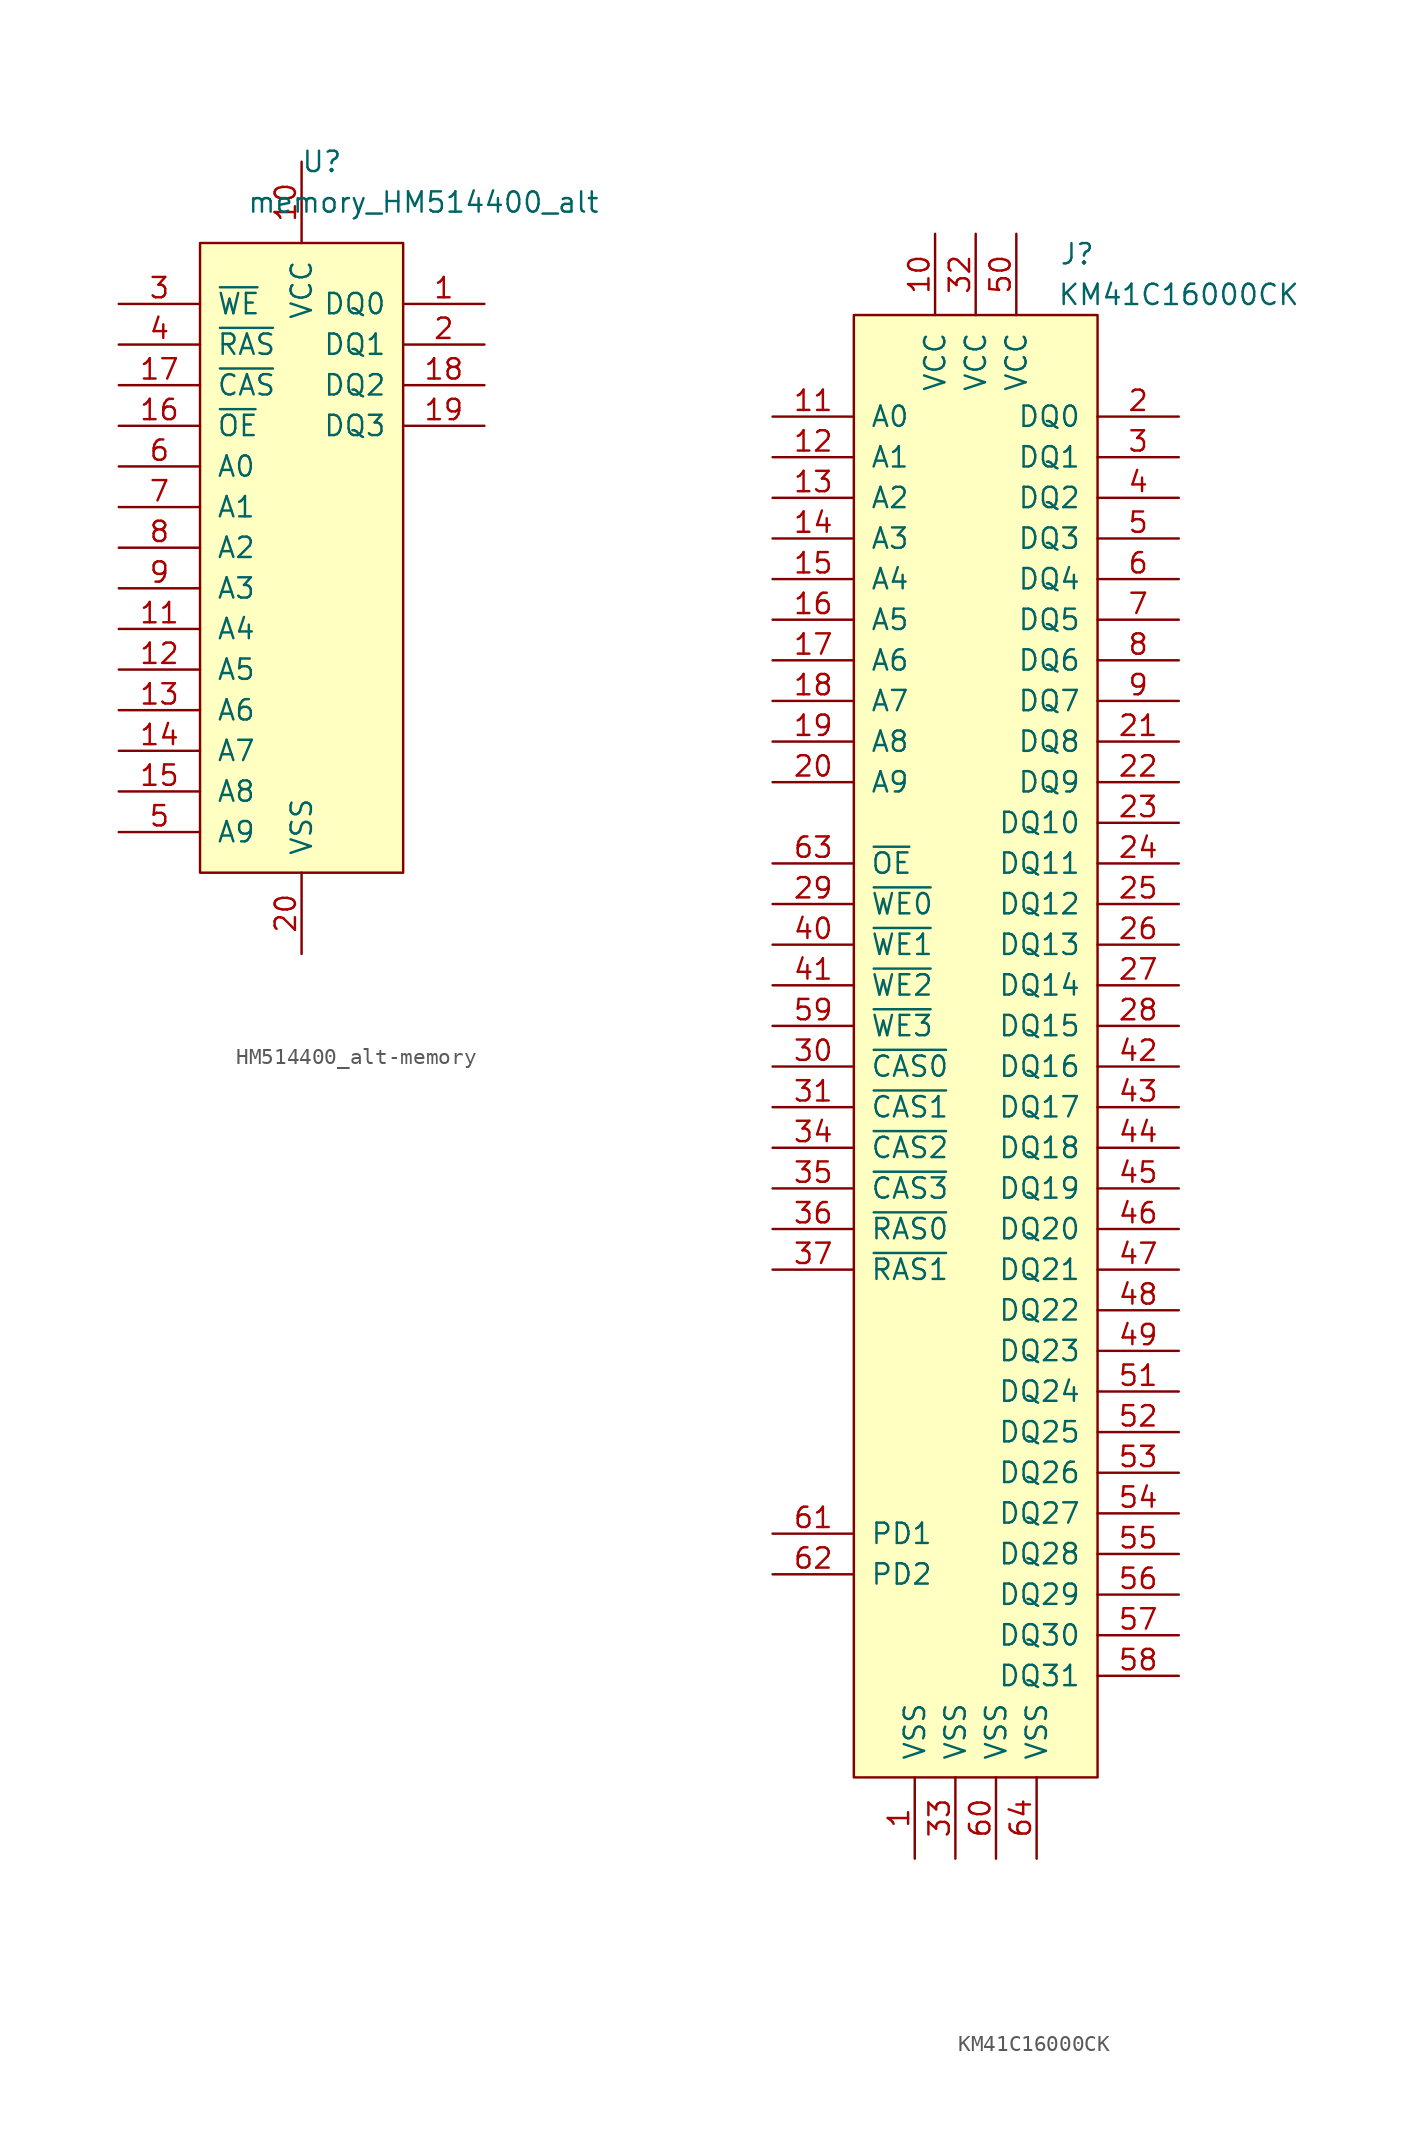
<source format=kicad_sym>
(kicad_symbol_lib
  (version 20220914)
  (generator kicad_symbol_editor)
  (symbol "HM514400_alt-memory"
    (pin_names
      (offset 1.016))
    (property "Reference" "U"
      (at 1.27 5.08 0)
      (effects (font (size 1.27 1.27))))
    (property "Value" "memory_HM514400_alt"
      (at 7.62 2.54 0)
      (effects (font (size 1.27 1.27))))
    (symbol "HM514400_alt-memory_0_1"
      (rectangle (start -6.35 0) (end 6.35 -39.37) (stroke (width 0) (type solid)) (fill (type background))))
    (symbol "HM514400_alt-memory_1_1"
      (pin bidirectional line (at 11.43 -3.81 180) (length 5.08) (name "DQ0" (effects (font (size 1.27 1.27)))) (number "1" (effects (font (size 1.27 1.27)))))
      (pin power_in line (at 0 5.08 270) (length 5.08) (name "VCC" (effects (font (size 1.27 1.27)))) (number "10" (effects (font (size 1.27 1.27)))))
      (pin input line (at -11.43 -24.13 0) (length 5.08) (name "A4" (effects (font (size 1.27 1.27)))) (number "11" (effects (font (size 1.27 1.27)))))
      (pin input line (at -11.43 -26.67 0) (length 5.08) (name "A5" (effects (font (size 1.27 1.27)))) (number "12" (effects (font (size 1.27 1.27)))))
      (pin input line (at -11.43 -29.21 0) (length 5.08) (name "A6" (effects (font (size 1.27 1.27)))) (number "13" (effects (font (size 1.27 1.27)))))
      (pin input line (at -11.43 -31.75 0) (length 5.08) (name "A7" (effects (font (size 1.27 1.27)))) (number "14" (effects (font (size 1.27 1.27)))))
      (pin input line (at -11.43 -34.29 0) (length 5.08) (name "A8" (effects (font (size 1.27 1.27)))) (number "15" (effects (font (size 1.27 1.27)))))
      (pin input line (at -11.43 -11.43 0) (length 5.08) (name "~{OE}" (effects (font (size 1.27 1.27)))) (number "16" (effects (font (size 1.27 1.27)))))
      (pin input line (at -11.43 -8.89 0) (length 5.08) (name "~{CAS}" (effects (font (size 1.27 1.27)))) (number "17" (effects (font (size 1.27 1.27)))))
      (pin bidirectional line (at 11.43 -8.89 180) (length 5.08) (name "DQ2" (effects (font (size 1.27 1.27)))) (number "18" (effects (font (size 1.27 1.27)))))
      (pin bidirectional line (at 11.43 -11.43 180) (length 5.08) (name "DQ3" (effects (font (size 1.27 1.27)))) (number "19" (effects (font (size 1.27 1.27)))))
      (pin bidirectional line (at 11.43 -6.35 180) (length 5.08) (name "DQ1" (effects (font (size 1.27 1.27)))) (number "2" (effects (font (size 1.27 1.27)))))
      (pin power_in line (at 0 -44.45 90) (length 5.08) (name "VSS" (effects (font (size 1.27 1.27)))) (number "20" (effects (font (size 1.27 1.27)))))
      (pin input line (at -11.43 -3.81 0) (length 5.08) (name "~{WE}" (effects (font (size 1.27 1.27)))) (number "3" (effects (font (size 1.27 1.27)))))
      (pin input line (at -11.43 -6.35 0) (length 5.08) (name "~{RAS}" (effects (font (size 1.27 1.27)))) (number "4" (effects (font (size 1.27 1.27)))))
      (pin input line (at -11.43 -36.83 0) (length 5.08) (name "A9" (effects (font (size 1.27 1.27)))) (number "5" (effects (font (size 1.27 1.27)))))
      (pin input line (at -11.43 -13.97 0) (length 5.08) (name "A0" (effects (font (size 1.27 1.27)))) (number "6" (effects (font (size 1.27 1.27)))))
      (pin input line (at -11.43 -16.51 0) (length 5.08) (name "A1" (effects (font (size 1.27 1.27)))) (number "7" (effects (font (size 1.27 1.27)))))
      (pin input line (at -11.43 -19.05 0) (length 5.08) (name "A2" (effects (font (size 1.27 1.27)))) (number "8" (effects (font (size 1.27 1.27)))))
      (pin input line (at -11.43 -21.59 0) (length 5.08) (name "A3" (effects (font (size 1.27 1.27)))) (number "9" (effects (font (size 1.27 1.27)))))))
  (symbol "KM41C16000CK"
    (pin_names
      (offset 1.016))
    (property "Reference" "J"
      (at 6.35 3.81 0)
      (effects (font (size 1.27 1.27))))
    (property "Value" "KM41C16000CK"
      (at 12.7 1.27 0)
      (effects (font (size 1.27 1.27))))
    (symbol "KM41C16000CK_0_1"
      (rectangle (start 7.62 -91.44) (end -7.62 0) (stroke (width 0) (type solid)) (fill (type background))))
    (symbol "KM41C16000CK_1_1"
      (pin power_out line (at -3.81 -96.52 90) (length 5.08) (name "VSS" (effects (font (size 1.27 1.27)))) (number "1" (effects (font (size 1.27 1.27)))))
      (pin power_out line (at -2.54 5.08 270) (length 5.08) (name "VCC" (effects (font (size 1.27 1.27)))) (number "10" (effects (font (size 1.27 1.27)))))
      (pin output line (at -12.7 -6.35 0) (length 5.08) (name "A0" (effects (font (size 1.27 1.27)))) (number "11" (effects (font (size 1.27 1.27)))))
      (pin output line (at -12.7 -8.89 0) (length 5.08) (name "A1" (effects (font (size 1.27 1.27)))) (number "12" (effects (font (size 1.27 1.27)))))
      (pin output line (at -12.7 -11.43 0) (length 5.08) (name "A2" (effects (font (size 1.27 1.27)))) (number "13" (effects (font (size 1.27 1.27)))))
      (pin output line (at -12.7 -13.97 0) (length 5.08) (name "A3" (effects (font (size 1.27 1.27)))) (number "14" (effects (font (size 1.27 1.27)))))
      (pin output line (at -12.7 -16.51 0) (length 5.08) (name "A4" (effects (font (size 1.27 1.27)))) (number "15" (effects (font (size 1.27 1.27)))))
      (pin output line (at -12.7 -19.05 0) (length 5.08) (name "A5" (effects (font (size 1.27 1.27)))) (number "16" (effects (font (size 1.27 1.27)))))
      (pin output line (at -12.7 -21.59 0) (length 5.08) (name "A6" (effects (font (size 1.27 1.27)))) (number "17" (effects (font (size 1.27 1.27)))))
      (pin output line (at -12.7 -24.13 0) (length 5.08) (name "A7" (effects (font (size 1.27 1.27)))) (number "18" (effects (font (size 1.27 1.27)))))
      (pin output line (at -12.7 -26.67 0) (length 5.08) (name "A8" (effects (font (size 1.27 1.27)))) (number "19" (effects (font (size 1.27 1.27)))))
      (pin bidirectional line (at 12.7 -6.35 180) (length 5.08) (name "DQ0" (effects (font (size 1.27 1.27)))) (number "2" (effects (font (size 1.27 1.27)))))
      (pin output line (at -12.7 -29.21 0) (length 5.08) (name "A9" (effects (font (size 1.27 1.27)))) (number "20" (effects (font (size 1.27 1.27)))))
      (pin bidirectional line (at 12.7 -26.67 180) (length 5.08) (name "DQ8" (effects (font (size 1.27 1.27)))) (number "21" (effects (font (size 1.27 1.27)))))
      (pin bidirectional line (at 12.7 -29.21 180) (length 5.08) (name "DQ9" (effects (font (size 1.27 1.27)))) (number "22" (effects (font (size 1.27 1.27)))))
      (pin bidirectional line (at 12.7 -31.75 180) (length 5.08) (name "DQ10" (effects (font (size 1.27 1.27)))) (number "23" (effects (font (size 1.27 1.27)))))
      (pin bidirectional line (at 12.7 -34.29 180) (length 5.08) (name "DQ11" (effects (font (size 1.27 1.27)))) (number "24" (effects (font (size 1.27 1.27)))))
      (pin bidirectional line (at 12.7 -36.83 180) (length 5.08) (name "DQ12" (effects (font (size 1.27 1.27)))) (number "25" (effects (font (size 1.27 1.27)))))
      (pin bidirectional line (at 12.7 -39.37 180) (length 5.08) (name "DQ13" (effects (font (size 1.27 1.27)))) (number "26" (effects (font (size 1.27 1.27)))))
      (pin bidirectional line (at 12.7 -41.91 180) (length 5.08) (name "DQ14" (effects (font (size 1.27 1.27)))) (number "27" (effects (font (size 1.27 1.27)))))
      (pin bidirectional line (at 12.7 -44.45 180) (length 5.08) (name "DQ15" (effects (font (size 1.27 1.27)))) (number "28" (effects (font (size 1.27 1.27)))))
      (pin output line (at -12.7 -36.83 0) (length 5.08) (name "~{WE0}" (effects (font (size 1.27 1.27)))) (number "29" (effects (font (size 1.27 1.27)))))
      (pin bidirectional line (at 12.7 -8.89 180) (length 5.08) (name "DQ1" (effects (font (size 1.27 1.27)))) (number "3" (effects (font (size 1.27 1.27)))))
      (pin output line (at -12.7 -46.99 0) (length 5.08) (name "~{CAS0}" (effects (font (size 1.27 1.27)))) (number "30" (effects (font (size 1.27 1.27)))))
      (pin output line (at -12.7 -49.53 0) (length 5.08) (name "~{CAS1}" (effects (font (size 1.27 1.27)))) (number "31" (effects (font (size 1.27 1.27)))))
      (pin power_in line (at 0 5.08 270) (length 5.08) (name "VCC" (effects (font (size 1.27 1.27)))) (number "32" (effects (font (size 1.27 1.27)))))
      (pin power_in line (at -1.27 -96.52 90) (length 5.08) (name "VSS" (effects (font (size 1.27 1.27)))) (number "33" (effects (font (size 1.27 1.27)))))
      (pin output line (at -12.7 -52.07 0) (length 5.08) (name "~{CAS2}" (effects (font (size 1.27 1.27)))) (number "34" (effects (font (size 1.27 1.27)))))
      (pin output line (at -12.7 -54.61 0) (length 5.08) (name "~{CAS3}" (effects (font (size 1.27 1.27)))) (number "35" (effects (font (size 1.27 1.27)))))
      (pin output line (at -12.7 -57.15 0) (length 5.08) (name "~{RAS0}" (effects (font (size 1.27 1.27)))) (number "36" (effects (font (size 1.27 1.27)))))
      (pin output line (at -12.7 -59.69 0) (length 5.08) (name "~{RAS1}" (effects (font (size 1.27 1.27)))) (number "37" (effects (font (size 1.27 1.27)))))
      (pin bidirectional line (at 12.7 -11.43 180) (length 5.08) (name "DQ2" (effects (font (size 1.27 1.27)))) (number "4" (effects (font (size 1.27 1.27)))))
      (pin output line (at -12.7 -39.37 0) (length 5.08) (name "~{WE1}" (effects (font (size 1.27 1.27)))) (number "40" (effects (font (size 1.27 1.27)))))
      (pin output line (at -12.7 -41.91 0) (length 5.08) (name "~{WE2}" (effects (font (size 1.27 1.27)))) (number "41" (effects (font (size 1.27 1.27)))))
      (pin bidirectional line (at 12.7 -46.99 180) (length 5.08) (name "DQ16" (effects (font (size 1.27 1.27)))) (number "42" (effects (font (size 1.27 1.27)))))
      (pin bidirectional line (at 12.7 -49.53 180) (length 5.08) (name "DQ17" (effects (font (size 1.27 1.27)))) (number "43" (effects (font (size 1.27 1.27)))))
      (pin bidirectional line (at 12.7 -52.07 180) (length 5.08) (name "DQ18" (effects (font (size 1.27 1.27)))) (number "44" (effects (font (size 1.27 1.27)))))
      (pin bidirectional line (at 12.7 -54.61 180) (length 5.08) (name "DQ19" (effects (font (size 1.27 1.27)))) (number "45" (effects (font (size 1.27 1.27)))))
      (pin bidirectional line (at 12.7 -57.15 180) (length 5.08) (name "DQ20" (effects (font (size 1.27 1.27)))) (number "46" (effects (font (size 1.27 1.27)))))
      (pin bidirectional line (at 12.7 -59.69 180) (length 5.08) (name "DQ21" (effects (font (size 1.27 1.27)))) (number "47" (effects (font (size 1.27 1.27)))))
      (pin bidirectional line (at 12.7 -62.23 180) (length 5.08) (name "DQ22" (effects (font (size 1.27 1.27)))) (number "48" (effects (font (size 1.27 1.27)))))
      (pin bidirectional line (at 12.7 -64.77 180) (length 5.08) (name "DQ23" (effects (font (size 1.27 1.27)))) (number "49" (effects (font (size 1.27 1.27)))))
      (pin bidirectional line (at 12.7 -13.97 180) (length 5.08) (name "DQ3" (effects (font (size 1.27 1.27)))) (number "5" (effects (font (size 1.27 1.27)))))
      (pin power_in line (at 2.54 5.08 270) (length 5.08) (name "VCC" (effects (font (size 1.27 1.27)))) (number "50" (effects (font (size 1.27 1.27)))))
      (pin bidirectional line (at 12.7 -67.31 180) (length 5.08) (name "DQ24" (effects (font (size 1.27 1.27)))) (number "51" (effects (font (size 1.27 1.27)))))
      (pin bidirectional line (at 12.7 -69.85 180) (length 5.08) (name "DQ25" (effects (font (size 1.27 1.27)))) (number "52" (effects (font (size 1.27 1.27)))))
      (pin bidirectional line (at 12.7 -72.39 180) (length 5.08) (name "DQ26" (effects (font (size 1.27 1.27)))) (number "53" (effects (font (size 1.27 1.27)))))
      (pin bidirectional line (at 12.7 -74.93 180) (length 5.08) (name "DQ27" (effects (font (size 1.27 1.27)))) (number "54" (effects (font (size 1.27 1.27)))))
      (pin bidirectional line (at 12.7 -77.47 180) (length 5.08) (name "DQ28" (effects (font (size 1.27 1.27)))) (number "55" (effects (font (size 1.27 1.27)))))
      (pin bidirectional line (at 12.7 -80.01 180) (length 5.08) (name "DQ29" (effects (font (size 1.27 1.27)))) (number "56" (effects (font (size 1.27 1.27)))))
      (pin bidirectional line (at 12.7 -82.55 180) (length 5.08) (name "DQ30" (effects (font (size 1.27 1.27)))) (number "57" (effects (font (size 1.27 1.27)))))
      (pin bidirectional line (at 12.7 -85.09 180) (length 5.08) (name "DQ31" (effects (font (size 1.27 1.27)))) (number "58" (effects (font (size 1.27 1.27)))))
      (pin output line (at -12.7 -44.45 0) (length 5.08) (name "~{WE3}" (effects (font (size 1.27 1.27)))) (number "59" (effects (font (size 1.27 1.27)))))
      (pin bidirectional line (at 12.7 -16.51 180) (length 5.08) (name "DQ4" (effects (font (size 1.27 1.27)))) (number "6" (effects (font (size 1.27 1.27)))))
      (pin power_in line (at 1.27 -96.52 90) (length 5.08) (name "VSS" (effects (font (size 1.27 1.27)))) (number "60" (effects (font (size 1.27 1.27)))))
      (pin passive line (at -12.7 -76.2 0) (length 5.08) (name "PD1" (effects (font (size 1.27 1.27)))) (number "61" (effects (font (size 1.27 1.27)))))
      (pin passive line (at -12.7 -78.74 0) (length 5.08) (name "PD2" (effects (font (size 1.27 1.27)))) (number "62" (effects (font (size 1.27 1.27)))))
      (pin output line (at -12.7 -34.29 0) (length 5.08) (name "~{OE}" (effects (font (size 1.27 1.27)))) (number "63" (effects (font (size 1.27 1.27)))))
      (pin power_in line (at 3.81 -96.52 90) (length 5.08) (name "VSS" (effects (font (size 1.27 1.27)))) (number "64" (effects (font (size 1.27 1.27)))))
      (pin bidirectional line (at 12.7 -19.05 180) (length 5.08) (name "DQ5" (effects (font (size 1.27 1.27)))) (number "7" (effects (font (size 1.27 1.27)))))
      (pin bidirectional line (at 12.7 -21.59 180) (length 5.08) (name "DQ6" (effects (font (size 1.27 1.27)))) (number "8" (effects (font (size 1.27 1.27)))))
      (pin bidirectional line (at 12.7 -24.13 180) (length 5.08) (name "DQ7" (effects (font (size 1.27 1.27)))) (number "9" (effects (font (size 1.27 1.27))))))))
</source>
